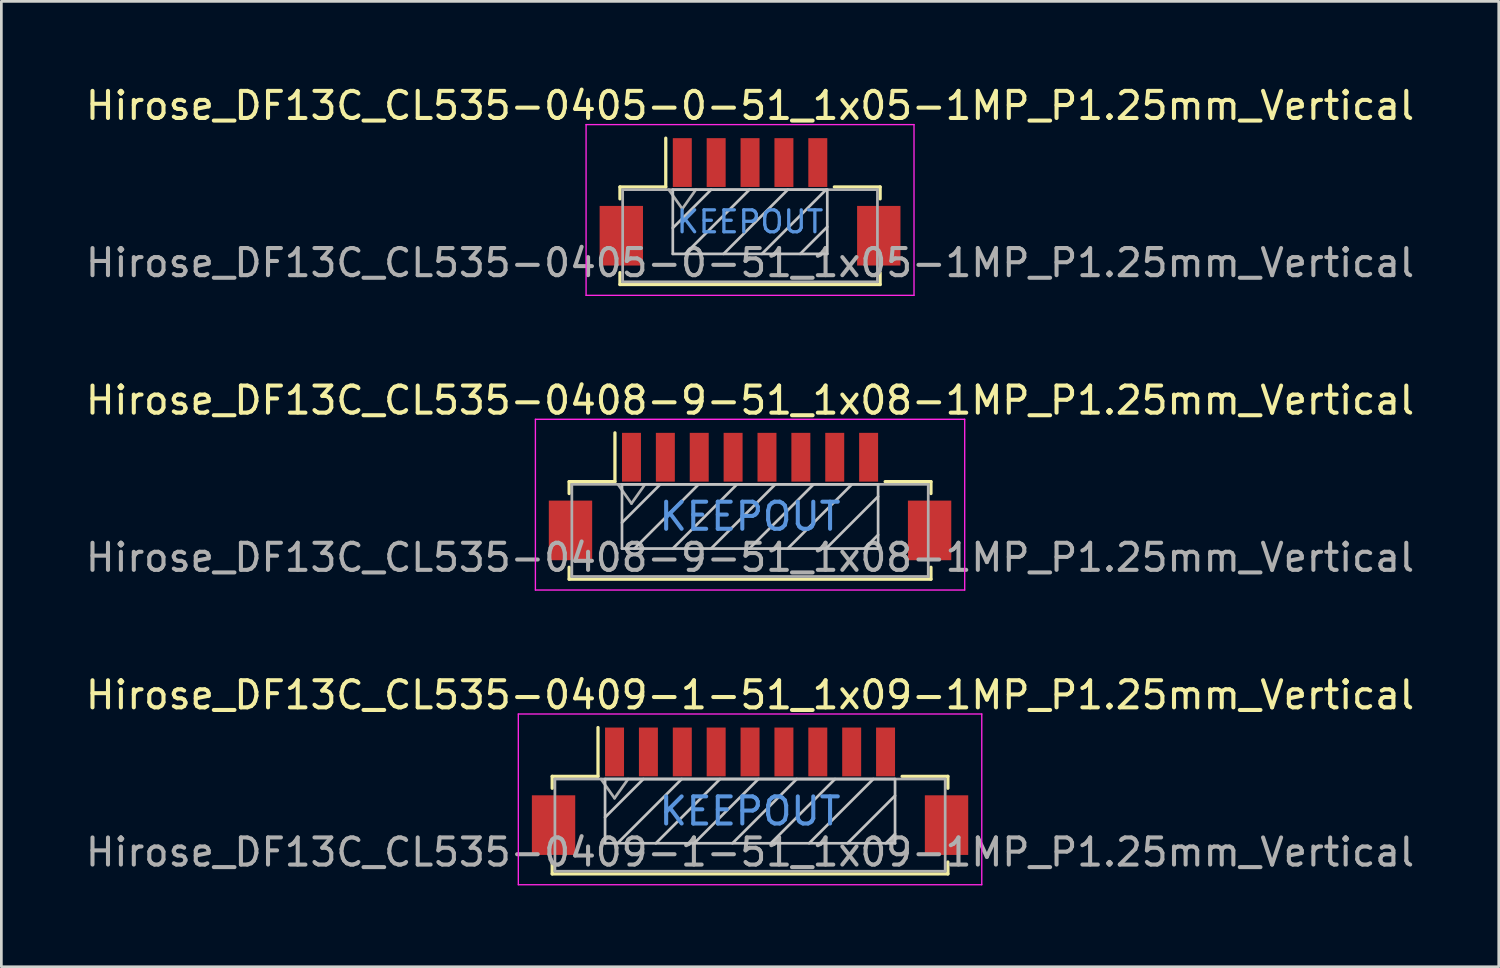
<source format=kicad_pcb>
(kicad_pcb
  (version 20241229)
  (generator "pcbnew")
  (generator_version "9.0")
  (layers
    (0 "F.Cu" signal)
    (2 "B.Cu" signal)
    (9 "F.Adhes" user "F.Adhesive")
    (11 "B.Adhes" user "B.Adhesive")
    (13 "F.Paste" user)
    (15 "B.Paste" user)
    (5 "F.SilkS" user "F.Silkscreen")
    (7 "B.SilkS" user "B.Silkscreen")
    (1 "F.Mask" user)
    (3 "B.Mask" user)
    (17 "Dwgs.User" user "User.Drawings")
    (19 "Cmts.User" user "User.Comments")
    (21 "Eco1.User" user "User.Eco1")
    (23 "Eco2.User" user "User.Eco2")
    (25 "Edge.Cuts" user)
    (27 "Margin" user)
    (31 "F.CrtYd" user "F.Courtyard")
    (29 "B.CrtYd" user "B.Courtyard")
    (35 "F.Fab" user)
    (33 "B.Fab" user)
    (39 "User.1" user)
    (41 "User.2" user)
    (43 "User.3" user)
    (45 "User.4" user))
  (footprint "Hirose_DF13C_CL535-0408-9-51_1x08-1MP_P1.25mm_Vertical"
    (layer "F.Cu")
    (at 24.625 15.271)
    (property "Reference" "Hirose_DF13C_CL535-0408-9-51_1x08-1MP_P1.25mm_Vertical" (at 0 -3.55 0) (layer "F.SilkS") (effects (font (size 1 1) (thickness 0.15))))
    (attr smd)
    (fp_line (start -6.675 -0.55) (end -6.675 -0.11) (stroke (width 0.12) (type solid)) (layer "F.SilkS"))
    (fp_line (start -6.675 2.61) (end -6.675 3.05) (stroke (width 0.12) (type solid)) (layer "F.SilkS"))
    (fp_line (start -6.675 3.05) (end 6.675 3.05) (stroke (width 0.12) (type solid)) (layer "F.SilkS"))
    (fp_line (start -4.985 -0.55) (end -6.675 -0.55) (stroke (width 0.12) (type solid)) (layer "F.SilkS"))
    (fp_line (start -4.985 -0.55) (end -4.985 -2.35) (stroke (width 0.12) (type solid)) (layer "F.SilkS"))
    (fp_line (start 4.985 -0.55) (end 6.675 -0.55) (stroke (width 0.12) (type solid)) (layer "F.SilkS"))
    (fp_line (start 6.675 -0.55) (end 6.675 -0.11) (stroke (width 0.12) (type solid)) (layer "F.SilkS"))
    (fp_line (start 6.675 3.05) (end 6.675 2.61) (stroke (width 0.12) (type solid)) (layer "F.SilkS"))
    (fp_line (start -4.725 -0.45) (end -4.725 1.92) (stroke (width 0.1) (type solid)) (layer "Dwgs.User"))
    (fp_line (start -4.725 1.92) (end 4.725 1.92) (stroke (width 0.1) (type solid)) (layer "Dwgs.User"))
    (fp_line (start -3.311 -0.45) (end -4.725 0.964) (stroke (width 0.1) (type solid)) (layer "Dwgs.User"))
    (fp_line (start -1.897 -0.45) (end -4.267 1.92) (stroke (width 0.1) (type solid)) (layer "Dwgs.User"))
    (fp_line (start -0.482 -0.45) (end -2.852 1.92) (stroke (width 0.1) (type solid)) (layer "Dwgs.User"))
    (fp_line (start 0.932 -0.45) (end -1.438 1.92) (stroke (width 0.1) (type solid)) (layer "Dwgs.User"))
    (fp_line (start 2.346 -0.45) (end -0.024 1.92) (stroke (width 0.1) (type solid)) (layer "Dwgs.User"))
    (fp_line (start 3.76 -0.45) (end 1.39 1.92) (stroke (width 0.1) (type solid)) (layer "Dwgs.User"))
    (fp_line (start 4.725 -0.45) (end -4.725 -0.45) (stroke (width 0.1) (type solid)) (layer "Dwgs.User"))
    (fp_line (start 4.725 -0.001) (end 2.804 1.92) (stroke (width 0.1) (type solid)) (layer "Dwgs.User"))
    (fp_line (start 4.725 1.414) (end 4.219 1.92) (stroke (width 0.1) (type solid)) (layer "Dwgs.User"))
    (fp_line (start 4.725 1.92) (end 4.725 -0.45) (stroke (width 0.1) (type solid)) (layer "Dwgs.User"))
    (fp_line (start -7.92 -2.85) (end -7.92 3.45) (stroke (width 0.05) (type solid)) (layer "F.CrtYd"))
    (fp_line (start -7.92 3.45) (end 7.92 3.45) (stroke (width 0.05) (type solid)) (layer "F.CrtYd"))
    (fp_line (start 7.92 -2.85) (end -7.92 -2.85) (stroke (width 0.05) (type solid)) (layer "F.CrtYd"))
    (fp_line (start 7.92 3.45) (end 7.92 -2.85) (stroke (width 0.05) (type solid)) (layer "F.CrtYd"))
    (fp_line (start -6.575 -0.45) (end -6.575 2.95) (stroke (width 0.1) (type solid)) (layer "F.Fab"))
    (fp_line (start -6.575 2.95) (end 6.575 2.95) (stroke (width 0.1) (type solid)) (layer "F.Fab"))
    (fp_line (start -4.875 -0.45) (end -4.375 0.257) (stroke (width 0.1) (type solid)) (layer "F.Fab"))
    (fp_line (start -4.375 0.257) (end -3.875 -0.45) (stroke (width 0.1) (type solid)) (layer "F.Fab"))
    (fp_line (start 6.575 -0.45) (end -6.575 -0.45) (stroke (width 0.1) (type solid)) (layer "F.Fab"))
    (fp_line (start 6.575 2.95) (end 6.575 -0.45) (stroke (width 0.1) (type solid)) (layer "F.Fab"))
    (fp_text user "KEEPOUT" (at 0 0.735 0) (layer "Cmts.User") (effects (font (size 1 1) (thickness 0.15))))
    (fp_text user "${REFERENCE}" (at 0 2.25 0) (layer "F.Fab") (effects (font (size 1 1) (thickness 0.15))))
    (pad "1" smd rect (at -4.375 -1.45) (size 0.7 1.8) (layers "F.Cu" "F.Mask" "F.Paste"))
    (pad "2" smd rect (at -3.125 -1.45) (size 0.7 1.8) (layers "F.Cu" "F.Mask" "F.Paste"))
    (pad "3" smd rect (at -1.875 -1.45) (size 0.7 1.8) (layers "F.Cu" "F.Mask" "F.Paste"))
    (pad "4" smd rect (at -0.625 -1.45) (size 0.7 1.8) (layers "F.Cu" "F.Mask" "F.Paste"))
    (pad "5" smd rect (at 0.625 -1.45) (size 0.7 1.8) (layers "F.Cu" "F.Mask" "F.Paste"))
    (pad "6" smd rect (at 1.875 -1.45) (size 0.7 1.8) (layers "F.Cu" "F.Mask" "F.Paste"))
    (pad "7" smd rect (at 3.125 -1.45) (size 0.7 1.8) (layers "F.Cu" "F.Mask" "F.Paste"))
    (pad "8" smd rect (at 4.375 -1.45) (size 0.7 1.8) (layers "F.Cu" "F.Mask" "F.Paste"))
    (pad "MP" smd rect (at -6.625 1.25) (size 1.6 2.2) (layers "F.Cu" "F.Mask" "F.Paste"))
    (pad "MP" smd rect (at 6.625 1.25) (size 1.6 2.2) (layers "F.Cu" "F.Mask" "F.Paste")))
  (footprint "Hirose_DF13C_CL535-0405-0-51_1x05-1MP_P1.25mm_Vertical"
    (layer "F.Cu")
    (at 24.625 4.398)
    (property "Reference" "Hirose_DF13C_CL535-0405-0-51_1x05-1MP_P1.25mm_Vertical" (at 0 -3.55 0) (layer "F.SilkS") (effects (font (size 1 1) (thickness 0.15))))
    (attr smd)
    (fp_line (start -4.8 -0.55) (end -4.8 -0.11) (stroke (width 0.12) (type solid)) (layer "F.SilkS"))
    (fp_line (start -4.8 2.61) (end -4.8 3.05) (stroke (width 0.12) (type solid)) (layer "F.SilkS"))
    (fp_line (start -4.8 3.05) (end 4.8 3.05) (stroke (width 0.12) (type solid)) (layer "F.SilkS"))
    (fp_line (start -3.11 -0.55) (end -4.8 -0.55) (stroke (width 0.12) (type solid)) (layer "F.SilkS"))
    (fp_line (start -3.11 -0.55) (end -3.11 -2.35) (stroke (width 0.12) (type solid)) (layer "F.SilkS"))
    (fp_line (start 3.11 -0.55) (end 4.8 -0.55) (stroke (width 0.12) (type solid)) (layer "F.SilkS"))
    (fp_line (start 4.8 -0.55) (end 4.8 -0.11) (stroke (width 0.12) (type solid)) (layer "F.SilkS"))
    (fp_line (start 4.8 3.05) (end 4.8 2.61) (stroke (width 0.12) (type solid)) (layer "F.SilkS"))
    (fp_line (start -2.85 -0.45) (end -2.85 1.92) (stroke (width 0.1) (type solid)) (layer "Dwgs.User"))
    (fp_line (start -2.85 1.92) (end 2.85 1.92) (stroke (width 0.1) (type solid)) (layer "Dwgs.User"))
    (fp_line (start -1.436 -0.45) (end -2.85 0.964) (stroke (width 0.1) (type solid)) (layer "Dwgs.User"))
    (fp_line (start -0.022 -0.45) (end -2.392 1.92) (stroke (width 0.1) (type solid)) (layer "Dwgs.User"))
    (fp_line (start 1.393 -0.45) (end -0.977 1.92) (stroke (width 0.1) (type solid)) (layer "Dwgs.User"))
    (fp_line (start 2.807 -0.45) (end 0.437 1.92) (stroke (width 0.1) (type solid)) (layer "Dwgs.User"))
    (fp_line (start 2.85 -0.45) (end -2.85 -0.45) (stroke (width 0.1) (type solid)) (layer "Dwgs.User"))
    (fp_line (start 2.85 0.921) (end 1.851 1.92) (stroke (width 0.1) (type solid)) (layer "Dwgs.User"))
    (fp_line (start 2.85 1.92) (end 2.85 -0.45) (stroke (width 0.1) (type solid)) (layer "Dwgs.User"))
    (fp_line (start -6.05 -2.85) (end -6.05 3.45) (stroke (width 0.05) (type solid)) (layer "F.CrtYd"))
    (fp_line (start -6.05 3.45) (end 6.05 3.45) (stroke (width 0.05) (type solid)) (layer "F.CrtYd"))
    (fp_line (start 6.05 -2.85) (end -6.05 -2.85) (stroke (width 0.05) (type solid)) (layer "F.CrtYd"))
    (fp_line (start 6.05 3.45) (end 6.05 -2.85) (stroke (width 0.05) (type solid)) (layer "F.CrtYd"))
    (fp_line (start -4.7 -0.45) (end -4.7 2.95) (stroke (width 0.1) (type solid)) (layer "F.Fab"))
    (fp_line (start -4.7 2.95) (end 4.7 2.95) (stroke (width 0.1) (type solid)) (layer "F.Fab"))
    (fp_line (start -3 -0.45) (end -2.5 0.257) (stroke (width 0.1) (type solid)) (layer "F.Fab"))
    (fp_line (start -2.5 0.257) (end -2 -0.45) (stroke (width 0.1) (type solid)) (layer "F.Fab"))
    (fp_line (start 4.7 -0.45) (end -4.7 -0.45) (stroke (width 0.1) (type solid)) (layer "F.Fab"))
    (fp_line (start 4.7 2.95) (end 4.7 -0.45) (stroke (width 0.1) (type solid)) (layer "F.Fab"))
    (fp_text user "KEEPOUT" (at 0 0.735 0) (layer "Cmts.User") (effects (font (size 0.81 0.81) (thickness 0.121))))
    (fp_text user "${REFERENCE}" (at 0 2.25 0) (layer "F.Fab") (effects (font (size 1 1) (thickness 0.15))))
    (pad "1" smd rect (at -2.5 -1.45) (size 0.7 1.8) (layers "F.Cu" "F.Mask" "F.Paste"))
    (pad "2" smd rect (at -1.25 -1.45) (size 0.7 1.8) (layers "F.Cu" "F.Mask" "F.Paste"))
    (pad "3" smd rect (at 0 -1.45) (size 0.7 1.8) (layers "F.Cu" "F.Mask" "F.Paste"))
    (pad "4" smd rect (at 1.25 -1.45) (size 0.7 1.8) (layers "F.Cu" "F.Mask" "F.Paste"))
    (pad "5" smd rect (at 2.5 -1.45) (size 0.7 1.8) (layers "F.Cu" "F.Mask" "F.Paste"))
    (pad "MP" smd rect (at -4.75 1.25) (size 1.6 2.2) (layers "F.Cu" "F.Mask" "F.Paste"))
    (pad "MP" smd rect (at 4.75 1.25) (size 1.6 2.2) (layers "F.Cu" "F.Mask" "F.Paste")))
  (footprint "Hirose_DF13C_CL535-0409-1-51_1x09-1MP_P1.25mm_Vertical"
    (layer "F.Cu")
    (at 24.625 26.145)
    (property "Reference" "Hirose_DF13C_CL535-0409-1-51_1x09-1MP_P1.25mm_Vertical" (at 0 -3.55 0) (layer "F.SilkS") (effects (font (size 1 1) (thickness 0.15))))
    (attr smd)
    (fp_line (start -7.3 -0.55) (end -7.3 -0.11) (stroke (width 0.12) (type solid)) (layer "F.SilkS"))
    (fp_line (start -7.3 2.61) (end -7.3 3.05) (stroke (width 0.12) (type solid)) (layer "F.SilkS"))
    (fp_line (start -7.3 3.05) (end 7.3 3.05) (stroke (width 0.12) (type solid)) (layer "F.SilkS"))
    (fp_line (start -5.61 -0.55) (end -7.3 -0.55) (stroke (width 0.12) (type solid)) (layer "F.SilkS"))
    (fp_line (start -5.61 -0.55) (end -5.61 -2.35) (stroke (width 0.12) (type solid)) (layer "F.SilkS"))
    (fp_line (start 5.61 -0.55) (end 7.3 -0.55) (stroke (width 0.12) (type solid)) (layer "F.SilkS"))
    (fp_line (start 7.3 -0.55) (end 7.3 -0.11) (stroke (width 0.12) (type solid)) (layer "F.SilkS"))
    (fp_line (start 7.3 3.05) (end 7.3 2.61) (stroke (width 0.12) (type solid)) (layer "F.SilkS"))
    (fp_line (start -5.35 -0.45) (end -5.35 1.92) (stroke (width 0.1) (type solid)) (layer "Dwgs.User"))
    (fp_line (start -5.35 1.92) (end 5.35 1.92) (stroke (width 0.1) (type solid)) (layer "Dwgs.User"))
    (fp_line (start -3.936 -0.45) (end -5.35 0.964) (stroke (width 0.1) (type solid)) (layer "Dwgs.User"))
    (fp_line (start -2.522 -0.45) (end -4.892 1.92) (stroke (width 0.1) (type solid)) (layer "Dwgs.User"))
    (fp_line (start -1.107 -0.45) (end -3.477 1.92) (stroke (width 0.1) (type solid)) (layer "Dwgs.User"))
    (fp_line (start 0.307 -0.45) (end -2.063 1.92) (stroke (width 0.1) (type solid)) (layer "Dwgs.User"))
    (fp_line (start 1.721 -0.45) (end -0.649 1.92) (stroke (width 0.1) (type solid)) (layer "Dwgs.User"))
    (fp_line (start 3.135 -0.45) (end 0.765 1.92) (stroke (width 0.1) (type solid)) (layer "Dwgs.User"))
    (fp_line (start 4.549 -0.45) (end 2.179 1.92) (stroke (width 0.1) (type solid)) (layer "Dwgs.User"))
    (fp_line (start 5.35 -0.45) (end -5.35 -0.45) (stroke (width 0.1) (type solid)) (layer "Dwgs.User"))
    (fp_line (start 5.35 0.164) (end 3.594 1.92) (stroke (width 0.1) (type solid)) (layer "Dwgs.User"))
    (fp_line (start 5.35 1.578) (end 5.008 1.92) (stroke (width 0.1) (type solid)) (layer "Dwgs.User"))
    (fp_line (start 5.35 1.92) (end 5.35 -0.45) (stroke (width 0.1) (type solid)) (layer "Dwgs.User"))
    (fp_line (start -8.55 -2.85) (end -8.55 3.45) (stroke (width 0.05) (type solid)) (layer "F.CrtYd"))
    (fp_line (start -8.55 3.45) (end 8.55 3.45) (stroke (width 0.05) (type solid)) (layer "F.CrtYd"))
    (fp_line (start 8.55 -2.85) (end -8.55 -2.85) (stroke (width 0.05) (type solid)) (layer "F.CrtYd"))
    (fp_line (start 8.55 3.45) (end 8.55 -2.85) (stroke (width 0.05) (type solid)) (layer "F.CrtYd"))
    (fp_line (start -7.2 -0.45) (end -7.2 2.95) (stroke (width 0.1) (type solid)) (layer "F.Fab"))
    (fp_line (start -7.2 2.95) (end 7.2 2.95) (stroke (width 0.1) (type solid)) (layer "F.Fab"))
    (fp_line (start -5.5 -0.45) (end -5 0.257) (stroke (width 0.1) (type solid)) (layer "F.Fab"))
    (fp_line (start -5 0.257) (end -4.5 -0.45) (stroke (width 0.1) (type solid)) (layer "F.Fab"))
    (fp_line (start 7.2 -0.45) (end -7.2 -0.45) (stroke (width 0.1) (type solid)) (layer "F.Fab"))
    (fp_line (start 7.2 2.95) (end 7.2 -0.45) (stroke (width 0.1) (type solid)) (layer "F.Fab"))
    (fp_text user "KEEPOUT" (at 0 0.735 0) (layer "Cmts.User") (effects (font (size 1 1) (thickness 0.15))))
    (fp_text user "${REFERENCE}" (at 0 2.25 0) (layer "F.Fab") (effects (font (size 1 1) (thickness 0.15))))
    (pad "1" smd rect (at -5 -1.45) (size 0.7 1.8) (layers "F.Cu" "F.Mask" "F.Paste"))
    (pad "2" smd rect (at -3.75 -1.45) (size 0.7 1.8) (layers "F.Cu" "F.Mask" "F.Paste"))
    (pad "3" smd rect (at -2.5 -1.45) (size 0.7 1.8) (layers "F.Cu" "F.Mask" "F.Paste"))
    (pad "4" smd rect (at -1.25 -1.45) (size 0.7 1.8) (layers "F.Cu" "F.Mask" "F.Paste"))
    (pad "5" smd rect (at 0 -1.45) (size 0.7 1.8) (layers "F.Cu" "F.Mask" "F.Paste"))
    (pad "6" smd rect (at 1.25 -1.45) (size 0.7 1.8) (layers "F.Cu" "F.Mask" "F.Paste"))
    (pad "7" smd rect (at 2.5 -1.45) (size 0.7 1.8) (layers "F.Cu" "F.Mask" "F.Paste"))
    (pad "8" smd rect (at 3.75 -1.45) (size 0.7 1.8) (layers "F.Cu" "F.Mask" "F.Paste"))
    (pad "9" smd rect (at 5 -1.45) (size 0.7 1.8) (layers "F.Cu" "F.Mask" "F.Paste"))
    (pad "MP" smd rect (at -7.25 1.25) (size 1.6 2.2) (layers "F.Cu" "F.Mask" "F.Paste"))
    (pad "MP" smd rect (at 7.25 1.25) (size 1.6 2.2) (layers "F.Cu" "F.Mask" "F.Paste")))
  (gr_rect
    (start -3 -3)
    (end 52.25 32.62)
    (stroke (width 0.1) (type default))
    (fill no)
    (layer "Edge.Cuts")))
</source>
